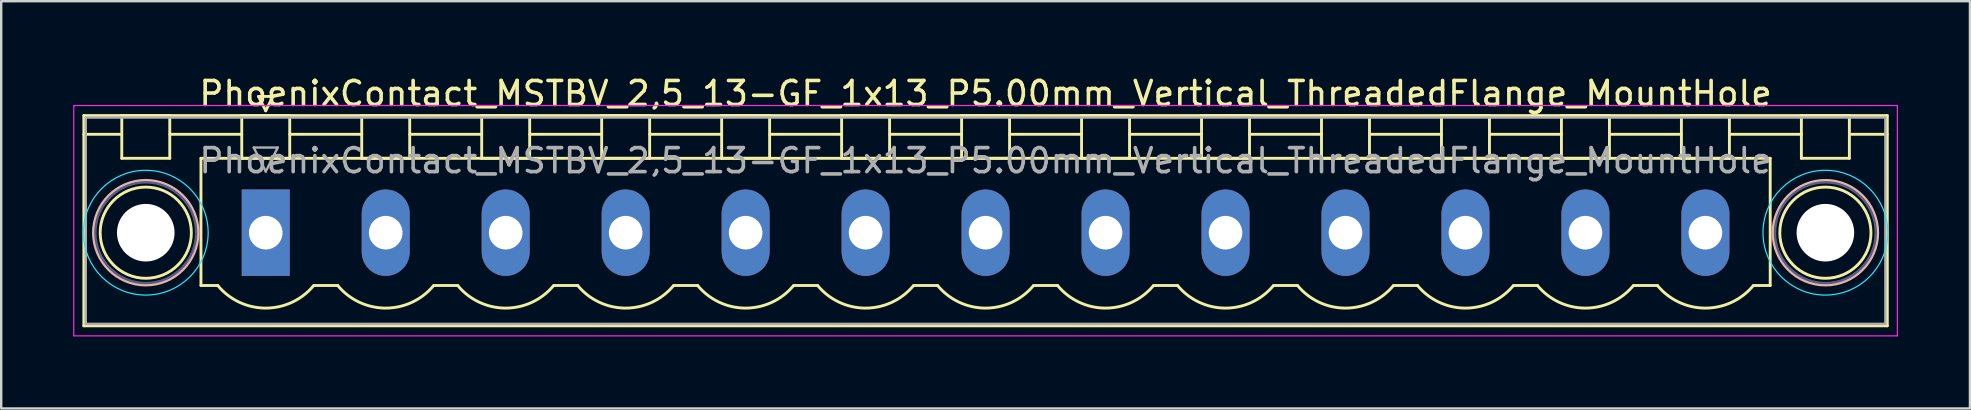
<source format=kicad_pcb>
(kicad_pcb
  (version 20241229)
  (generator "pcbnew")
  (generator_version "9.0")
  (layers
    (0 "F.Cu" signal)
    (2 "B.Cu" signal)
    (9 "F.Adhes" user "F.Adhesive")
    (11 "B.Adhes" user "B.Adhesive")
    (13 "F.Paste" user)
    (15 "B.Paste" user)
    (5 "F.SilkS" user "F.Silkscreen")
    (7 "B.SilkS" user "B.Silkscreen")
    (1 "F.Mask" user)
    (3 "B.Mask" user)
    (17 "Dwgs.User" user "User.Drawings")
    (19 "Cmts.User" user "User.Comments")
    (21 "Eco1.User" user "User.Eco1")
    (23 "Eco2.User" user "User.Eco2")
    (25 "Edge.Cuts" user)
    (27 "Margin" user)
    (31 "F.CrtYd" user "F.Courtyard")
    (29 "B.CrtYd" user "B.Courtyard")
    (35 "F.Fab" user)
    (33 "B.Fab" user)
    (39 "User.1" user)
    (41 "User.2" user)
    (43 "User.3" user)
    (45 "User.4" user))
  (footprint "PhoenixContact_MSTBV_2,5_13-GF_1x13_P5.00mm_Vertical_ThreadedFlange_MountHole"
    (layer "F.Cu")
    (at 8.025 6.648)
    (property "Reference" "PhoenixContact_MSTBV_2,5_13-GF_1x13_P5.00mm_Vertical_ThreadedFlange_MountHole" (at 30 -5.8 0) (layer "F.SilkS") (effects (font (size 1 1) (thickness 0.15))))
    (attr through_hole)
    (fp_line (start -7.58 -4.88) (end -7.58 3.88) (stroke (width 0.12) (type solid)) (layer "F.SilkS"))
    (fp_line (start -7.58 -4.1) (end -6.08 -4.1) (stroke (width 0.12) (type solid)) (layer "F.SilkS"))
    (fp_line (start -7.58 3.88) (end 67.58 3.88) (stroke (width 0.12) (type solid)) (layer "F.SilkS"))
    (fp_line (start -6 -4.88) (end -4 -4.88) (stroke (width 0.12) (type solid)) (layer "F.SilkS"))
    (fp_line (start -6 -3.1) (end -6 -4.88) (stroke (width 0.12) (type solid)) (layer "F.SilkS"))
    (fp_line (start -4 -4.88) (end -4 -3.1) (stroke (width 0.12) (type solid)) (layer "F.SilkS"))
    (fp_line (start -4 -4.1) (end -1 -4.1) (stroke (width 0.12) (type solid)) (layer "F.SilkS"))
    (fp_line (start -4 -3.1) (end -6 -3.1) (stroke (width 0.12) (type solid)) (layer "F.SilkS"))
    (fp_line (start -2.7 -3.1) (end 62.7 -3.1) (stroke (width 0.12) (type solid)) (layer "F.SilkS"))
    (fp_line (start -2.7 2.2) (end -2.7 -3.1) (stroke (width 0.12) (type solid)) (layer "F.SilkS"))
    (fp_line (start -2 2.2) (end -2.7 2.2) (stroke (width 0.12) (type solid)) (layer "F.SilkS"))
    (fp_line (start -1 -4.88) (end 1 -4.88) (stroke (width 0.12) (type solid)) (layer "F.SilkS"))
    (fp_line (start -1 -3.1) (end -1 -4.88) (stroke (width 0.12) (type solid)) (layer "F.SilkS"))
    (fp_line (start -0.3 -5.68) (end 0.3 -5.68) (stroke (width 0.12) (type solid)) (layer "F.SilkS"))
    (fp_line (start 0 -5.08) (end -0.3 -5.68) (stroke (width 0.12) (type solid)) (layer "F.SilkS"))
    (fp_line (start 0.3 -5.68) (end 0 -5.08) (stroke (width 0.12) (type solid)) (layer "F.SilkS"))
    (fp_line (start 1 -4.88) (end 1 -3.1) (stroke (width 0.12) (type solid)) (layer "F.SilkS"))
    (fp_line (start 1 -4.1) (end 4 -4.1) (stroke (width 0.12) (type solid)) (layer "F.SilkS"))
    (fp_line (start 1 -3.1) (end -1 -3.1) (stroke (width 0.12) (type solid)) (layer "F.SilkS"))
    (fp_line (start 2 2.2) (end 3 2.2) (stroke (width 0.12) (type solid)) (layer "F.SilkS"))
    (fp_line (start 4 -4.88) (end 6 -4.88) (stroke (width 0.12) (type solid)) (layer "F.SilkS"))
    (fp_line (start 4 -3.1) (end 4 -4.88) (stroke (width 0.12) (type solid)) (layer "F.SilkS"))
    (fp_line (start 6 -4.88) (end 6 -3.1) (stroke (width 0.12) (type solid)) (layer "F.SilkS"))
    (fp_line (start 6 -4.1) (end 9 -4.1) (stroke (width 0.12) (type solid)) (layer "F.SilkS"))
    (fp_line (start 6 -3.1) (end 4 -3.1) (stroke (width 0.12) (type solid)) (layer "F.SilkS"))
    (fp_line (start 7 2.2) (end 8 2.2) (stroke (width 0.12) (type solid)) (layer "F.SilkS"))
    (fp_line (start 9 -4.88) (end 11 -4.88) (stroke (width 0.12) (type solid)) (layer "F.SilkS"))
    (fp_line (start 9 -3.1) (end 9 -4.88) (stroke (width 0.12) (type solid)) (layer "F.SilkS"))
    (fp_line (start 11 -4.88) (end 11 -3.1) (stroke (width 0.12) (type solid)) (layer "F.SilkS"))
    (fp_line (start 11 -4.1) (end 14 -4.1) (stroke (width 0.12) (type solid)) (layer "F.SilkS"))
    (fp_line (start 11 -3.1) (end 9 -3.1) (stroke (width 0.12) (type solid)) (layer "F.SilkS"))
    (fp_line (start 12 2.2) (end 13 2.2) (stroke (width 0.12) (type solid)) (layer "F.SilkS"))
    (fp_line (start 14 -4.88) (end 16 -4.88) (stroke (width 0.12) (type solid)) (layer "F.SilkS"))
    (fp_line (start 14 -3.1) (end 14 -4.88) (stroke (width 0.12) (type solid)) (layer "F.SilkS"))
    (fp_line (start 16 -4.88) (end 16 -3.1) (stroke (width 0.12) (type solid)) (layer "F.SilkS"))
    (fp_line (start 16 -4.1) (end 19 -4.1) (stroke (width 0.12) (type solid)) (layer "F.SilkS"))
    (fp_line (start 16 -3.1) (end 14 -3.1) (stroke (width 0.12) (type solid)) (layer "F.SilkS"))
    (fp_line (start 17 2.2) (end 18 2.2) (stroke (width 0.12) (type solid)) (layer "F.SilkS"))
    (fp_line (start 19 -4.88) (end 21 -4.88) (stroke (width 0.12) (type solid)) (layer "F.SilkS"))
    (fp_line (start 19 -3.1) (end 19 -4.88) (stroke (width 0.12) (type solid)) (layer "F.SilkS"))
    (fp_line (start 21 -4.88) (end 21 -3.1) (stroke (width 0.12) (type solid)) (layer "F.SilkS"))
    (fp_line (start 21 -4.1) (end 24 -4.1) (stroke (width 0.12) (type solid)) (layer "F.SilkS"))
    (fp_line (start 21 -3.1) (end 19 -3.1) (stroke (width 0.12) (type solid)) (layer "F.SilkS"))
    (fp_line (start 22 2.2) (end 23 2.2) (stroke (width 0.12) (type solid)) (layer "F.SilkS"))
    (fp_line (start 24 -4.88) (end 26 -4.88) (stroke (width 0.12) (type solid)) (layer "F.SilkS"))
    (fp_line (start 24 -3.1) (end 24 -4.88) (stroke (width 0.12) (type solid)) (layer "F.SilkS"))
    (fp_line (start 26 -4.88) (end 26 -3.1) (stroke (width 0.12) (type solid)) (layer "F.SilkS"))
    (fp_line (start 26 -4.1) (end 29 -4.1) (stroke (width 0.12) (type solid)) (layer "F.SilkS"))
    (fp_line (start 26 -3.1) (end 24 -3.1) (stroke (width 0.12) (type solid)) (layer "F.SilkS"))
    (fp_line (start 27 2.2) (end 28 2.2) (stroke (width 0.12) (type solid)) (layer "F.SilkS"))
    (fp_line (start 29 -4.88) (end 31 -4.88) (stroke (width 0.12) (type solid)) (layer "F.SilkS"))
    (fp_line (start 29 -3.1) (end 29 -4.88) (stroke (width 0.12) (type solid)) (layer "F.SilkS"))
    (fp_line (start 31 -4.88) (end 31 -3.1) (stroke (width 0.12) (type solid)) (layer "F.SilkS"))
    (fp_line (start 31 -4.1) (end 34 -4.1) (stroke (width 0.12) (type solid)) (layer "F.SilkS"))
    (fp_line (start 31 -3.1) (end 29 -3.1) (stroke (width 0.12) (type solid)) (layer "F.SilkS"))
    (fp_line (start 32 2.2) (end 33 2.2) (stroke (width 0.12) (type solid)) (layer "F.SilkS"))
    (fp_line (start 34 -4.88) (end 36 -4.88) (stroke (width 0.12) (type solid)) (layer "F.SilkS"))
    (fp_line (start 34 -3.1) (end 34 -4.88) (stroke (width 0.12) (type solid)) (layer "F.SilkS"))
    (fp_line (start 36 -4.88) (end 36 -3.1) (stroke (width 0.12) (type solid)) (layer "F.SilkS"))
    (fp_line (start 36 -4.1) (end 39 -4.1) (stroke (width 0.12) (type solid)) (layer "F.SilkS"))
    (fp_line (start 36 -3.1) (end 34 -3.1) (stroke (width 0.12) (type solid)) (layer "F.SilkS"))
    (fp_line (start 37 2.2) (end 38 2.2) (stroke (width 0.12) (type solid)) (layer "F.SilkS"))
    (fp_line (start 39 -4.88) (end 41 -4.88) (stroke (width 0.12) (type solid)) (layer "F.SilkS"))
    (fp_line (start 39 -3.1) (end 39 -4.88) (stroke (width 0.12) (type solid)) (layer "F.SilkS"))
    (fp_line (start 41 -4.88) (end 41 -3.1) (stroke (width 0.12) (type solid)) (layer "F.SilkS"))
    (fp_line (start 41 -4.1) (end 44 -4.1) (stroke (width 0.12) (type solid)) (layer "F.SilkS"))
    (fp_line (start 41 -3.1) (end 39 -3.1) (stroke (width 0.12) (type solid)) (layer "F.SilkS"))
    (fp_line (start 42 2.2) (end 43 2.2) (stroke (width 0.12) (type solid)) (layer "F.SilkS"))
    (fp_line (start 44 -4.88) (end 46 -4.88) (stroke (width 0.12) (type solid)) (layer "F.SilkS"))
    (fp_line (start 44 -3.1) (end 44 -4.88) (stroke (width 0.12) (type solid)) (layer "F.SilkS"))
    (fp_line (start 46 -4.88) (end 46 -3.1) (stroke (width 0.12) (type solid)) (layer "F.SilkS"))
    (fp_line (start 46 -4.1) (end 49 -4.1) (stroke (width 0.12) (type solid)) (layer "F.SilkS"))
    (fp_line (start 46 -3.1) (end 44 -3.1) (stroke (width 0.12) (type solid)) (layer "F.SilkS"))
    (fp_line (start 47 2.2) (end 48 2.2) (stroke (width 0.12) (type solid)) (layer "F.SilkS"))
    (fp_line (start 49 -4.88) (end 51 -4.88) (stroke (width 0.12) (type solid)) (layer "F.SilkS"))
    (fp_line (start 49 -3.1) (end 49 -4.88) (stroke (width 0.12) (type solid)) (layer "F.SilkS"))
    (fp_line (start 51 -4.88) (end 51 -3.1) (stroke (width 0.12) (type solid)) (layer "F.SilkS"))
    (fp_line (start 51 -4.1) (end 54 -4.1) (stroke (width 0.12) (type solid)) (layer "F.SilkS"))
    (fp_line (start 51 -3.1) (end 49 -3.1) (stroke (width 0.12) (type solid)) (layer "F.SilkS"))
    (fp_line (start 52 2.2) (end 53 2.2) (stroke (width 0.12) (type solid)) (layer "F.SilkS"))
    (fp_line (start 54 -4.88) (end 56 -4.88) (stroke (width 0.12) (type solid)) (layer "F.SilkS"))
    (fp_line (start 54 -3.1) (end 54 -4.88) (stroke (width 0.12) (type solid)) (layer "F.SilkS"))
    (fp_line (start 56 -4.88) (end 56 -3.1) (stroke (width 0.12) (type solid)) (layer "F.SilkS"))
    (fp_line (start 56 -4.1) (end 59 -4.1) (stroke (width 0.12) (type solid)) (layer "F.SilkS"))
    (fp_line (start 56 -3.1) (end 54 -3.1) (stroke (width 0.12) (type solid)) (layer "F.SilkS"))
    (fp_line (start 57 2.2) (end 58 2.2) (stroke (width 0.12) (type solid)) (layer "F.SilkS"))
    (fp_line (start 59 -4.88) (end 61 -4.88) (stroke (width 0.12) (type solid)) (layer "F.SilkS"))
    (fp_line (start 59 -3.1) (end 59 -4.88) (stroke (width 0.12) (type solid)) (layer "F.SilkS"))
    (fp_line (start 61 -4.88) (end 61 -3.1) (stroke (width 0.12) (type solid)) (layer "F.SilkS"))
    (fp_line (start 61 -4.1) (end 64 -4.1) (stroke (width 0.12) (type solid)) (layer "F.SilkS"))
    (fp_line (start 61 -3.1) (end 59 -3.1) (stroke (width 0.12) (type solid)) (layer "F.SilkS"))
    (fp_line (start 62.7 -3.1) (end 62.7 2.2) (stroke (width 0.12) (type solid)) (layer "F.SilkS"))
    (fp_line (start 62.7 2.2) (end 62 2.2) (stroke (width 0.12) (type solid)) (layer "F.SilkS"))
    (fp_line (start 64 -4.88) (end 66 -4.88) (stroke (width 0.12) (type solid)) (layer "F.SilkS"))
    (fp_line (start 64 -3.1) (end 64 -4.88) (stroke (width 0.12) (type solid)) (layer "F.SilkS"))
    (fp_line (start 66 -4.88) (end 66 -3.1) (stroke (width 0.12) (type solid)) (layer "F.SilkS"))
    (fp_line (start 66 -3.1) (end 64 -3.1) (stroke (width 0.12) (type solid)) (layer "F.SilkS"))
    (fp_line (start 67.58 -4.88) (end -7.58 -4.88) (stroke (width 0.12) (type solid)) (layer "F.SilkS"))
    (fp_line (start 67.58 -4.1) (end 66.08 -4.1) (stroke (width 0.12) (type solid)) (layer "F.SilkS"))
    (fp_line (start 67.58 3.88) (end 67.58 -4.88) (stroke (width 0.12) (type solid)) (layer "F.SilkS"))
    (fp_arc (start 1.986842 2.215821) (mid -0.010289 3.142758) (end -2 2.2) (stroke (width 0.12) (type solid)) (layer "F.SilkS"))
    (fp_arc (start 6.986842 2.215821) (mid 4.989711 3.142758) (end 3 2.2) (stroke (width 0.12) (type solid)) (layer "F.SilkS"))
    (fp_arc (start 11.986842 2.215821) (mid 9.989711 3.142758) (end 8 2.2) (stroke (width 0.12) (type solid)) (layer "F.SilkS"))
    (fp_arc (start 16.986842 2.215821) (mid 14.989711 3.142758) (end 13 2.2) (stroke (width 0.12) (type solid)) (layer "F.SilkS"))
    (fp_arc (start 21.986842 2.215821) (mid 19.989711 3.142758) (end 18 2.2) (stroke (width 0.12) (type solid)) (layer "F.SilkS"))
    (fp_arc (start 26.986842 2.215821) (mid 24.989711 3.142758) (end 23 2.2) (stroke (width 0.12) (type solid)) (layer "F.SilkS"))
    (fp_arc (start 31.986842 2.215821) (mid 29.989711 3.142758) (end 28 2.2) (stroke (width 0.12) (type solid)) (layer "F.SilkS"))
    (fp_arc (start 36.986842 2.215821) (mid 34.989711 3.142758) (end 33 2.2) (stroke (width 0.12) (type solid)) (layer "F.SilkS"))
    (fp_arc (start 41.986842 2.215821) (mid 39.989711 3.142758) (end 38 2.2) (stroke (width 0.12) (type solid)) (layer "F.SilkS"))
    (fp_arc (start 46.986842 2.215821) (mid 44.989711 3.142758) (end 43 2.2) (stroke (width 0.12) (type solid)) (layer "F.SilkS"))
    (fp_arc (start 51.986842 2.215821) (mid 49.989711 3.142758) (end 48 2.2) (stroke (width 0.12) (type solid)) (layer "F.SilkS"))
    (fp_arc (start 56.986842 2.215821) (mid 54.989711 3.142758) (end 53 2.2) (stroke (width 0.12) (type solid)) (layer "F.SilkS"))
    (fp_arc (start 61.986842 2.215821) (mid 59.989711 3.142758) (end 58 2.2) (stroke (width 0.12) (type solid)) (layer "F.SilkS"))
    (fp_circle (center -5 0) (end -3.1 0) (stroke (width 0.12) (type solid)) (fill no) (layer "F.SilkS"))
    (fp_circle (center 65 0) (end 66.9 0) (stroke (width 0.12) (type solid)) (fill no) (layer "F.SilkS"))
    (fp_circle (center -5 0) (end -2.82 0) (stroke (width 0.12) (type solid)) (fill no) (layer "B.SilkS"))
    (fp_circle (center 65 0) (end 67.18 0) (stroke (width 0.12) (type solid)) (fill no) (layer "B.SilkS"))
    (fp_circle (center -5 0) (end -2.4 0) (stroke (width 0.05) (type solid)) (fill no) (layer "B.CrtYd"))
    (fp_circle (center 65 0) (end 67.6 0) (stroke (width 0.05) (type solid)) (fill no) (layer "B.CrtYd"))
    (fp_line (start -8 -5.3) (end -8 4.3) (stroke (width 0.05) (type solid)) (layer "F.CrtYd"))
    (fp_line (start -8 4.3) (end 68 4.3) (stroke (width 0.05) (type solid)) (layer "F.CrtYd"))
    (fp_line (start 68 -5.3) (end -8 -5.3) (stroke (width 0.05) (type solid)) (layer "F.CrtYd"))
    (fp_line (start 68 4.3) (end 68 -5.3) (stroke (width 0.05) (type solid)) (layer "F.CrtYd"))
    (fp_circle (center -5 0) (end -2.9 0) (stroke (width 0.1) (type solid)) (fill no) (layer "B.Fab"))
    (fp_circle (center 65 0) (end 67.1 0) (stroke (width 0.1) (type solid)) (fill no) (layer "B.Fab"))
    (fp_line (start -7.5 -4.8) (end -7.5 3.8) (stroke (width 0.1) (type solid)) (layer "F.Fab"))
    (fp_line (start -7.5 3.8) (end 67.5 3.8) (stroke (width 0.1) (type solid)) (layer "F.Fab"))
    (fp_line (start -0.5 -3.55) (end 0.5 -3.55) (stroke (width 0.1) (type solid)) (layer "F.Fab"))
    (fp_line (start 0 -2.55) (end -0.5 -3.55) (stroke (width 0.1) (type solid)) (layer "F.Fab"))
    (fp_line (start 0.5 -3.55) (end 0 -2.55) (stroke (width 0.1) (type solid)) (layer "F.Fab"))
    (fp_line (start 67.5 -4.8) (end -7.5 -4.8) (stroke (width 0.1) (type solid)) (layer "F.Fab"))
    (fp_line (start 67.5 3.8) (end 67.5 -4.8) (stroke (width 0.1) (type solid)) (layer "F.Fab"))
    (fp_text user "${REFERENCE}" (at 30 -3 0) (layer "F.Fab") (effects (font (size 1 1) (thickness 0.15))))
    (pad "" np_thru_hole circle (at -5 0) (size 2.4 2.4) (drill 2.4) (layers "*.Cu" "*.Mask"))
    (pad "" np_thru_hole circle (at 65 0) (size 2.4 2.4) (drill 2.4) (layers "*.Cu" "*.Mask"))
    (pad "1" thru_hole rect (at 0 0) (size 2 3.6) (drill 1.4) (layers "*.Cu" "*.Mask"))
    (pad "2" thru_hole oval (at 5 0) (size 2 3.6) (drill 1.4) (layers "*.Cu" "*.Mask"))
    (pad "3" thru_hole oval (at 10 0) (size 2 3.6) (drill 1.4) (layers "*.Cu" "*.Mask"))
    (pad "4" thru_hole oval (at 15 0) (size 2 3.6) (drill 1.4) (layers "*.Cu" "*.Mask"))
    (pad "5" thru_hole oval (at 20 0) (size 2 3.6) (drill 1.4) (layers "*.Cu" "*.Mask"))
    (pad "6" thru_hole oval (at 25 0) (size 2 3.6) (drill 1.4) (layers "*.Cu" "*.Mask"))
    (pad "7" thru_hole oval (at 30 0) (size 2 3.6) (drill 1.4) (layers "*.Cu" "*.Mask"))
    (pad "8" thru_hole oval (at 35 0) (size 2 3.6) (drill 1.4) (layers "*.Cu" "*.Mask"))
    (pad "9" thru_hole oval (at 40 0) (size 2 3.6) (drill 1.4) (layers "*.Cu" "*.Mask"))
    (pad "10" thru_hole oval (at 45 0) (size 2 3.6) (drill 1.4) (layers "*.Cu" "*.Mask"))
    (pad "11" thru_hole oval (at 50 0) (size 2 3.6) (drill 1.4) (layers "*.Cu" "*.Mask"))
    (pad "12" thru_hole oval (at 55 0) (size 2 3.6) (drill 1.4) (layers "*.Cu" "*.Mask"))
    (pad "13" thru_hole oval (at 60 0) (size 2 3.6) (drill 1.4) (layers "*.Cu" "*.Mask")))
  (gr_rect
    (start -3 -3)
    (end 79.05 13.973)
    (stroke (width 0.1) (type default))
    (fill no)
    (layer "Edge.Cuts")))
</source>
